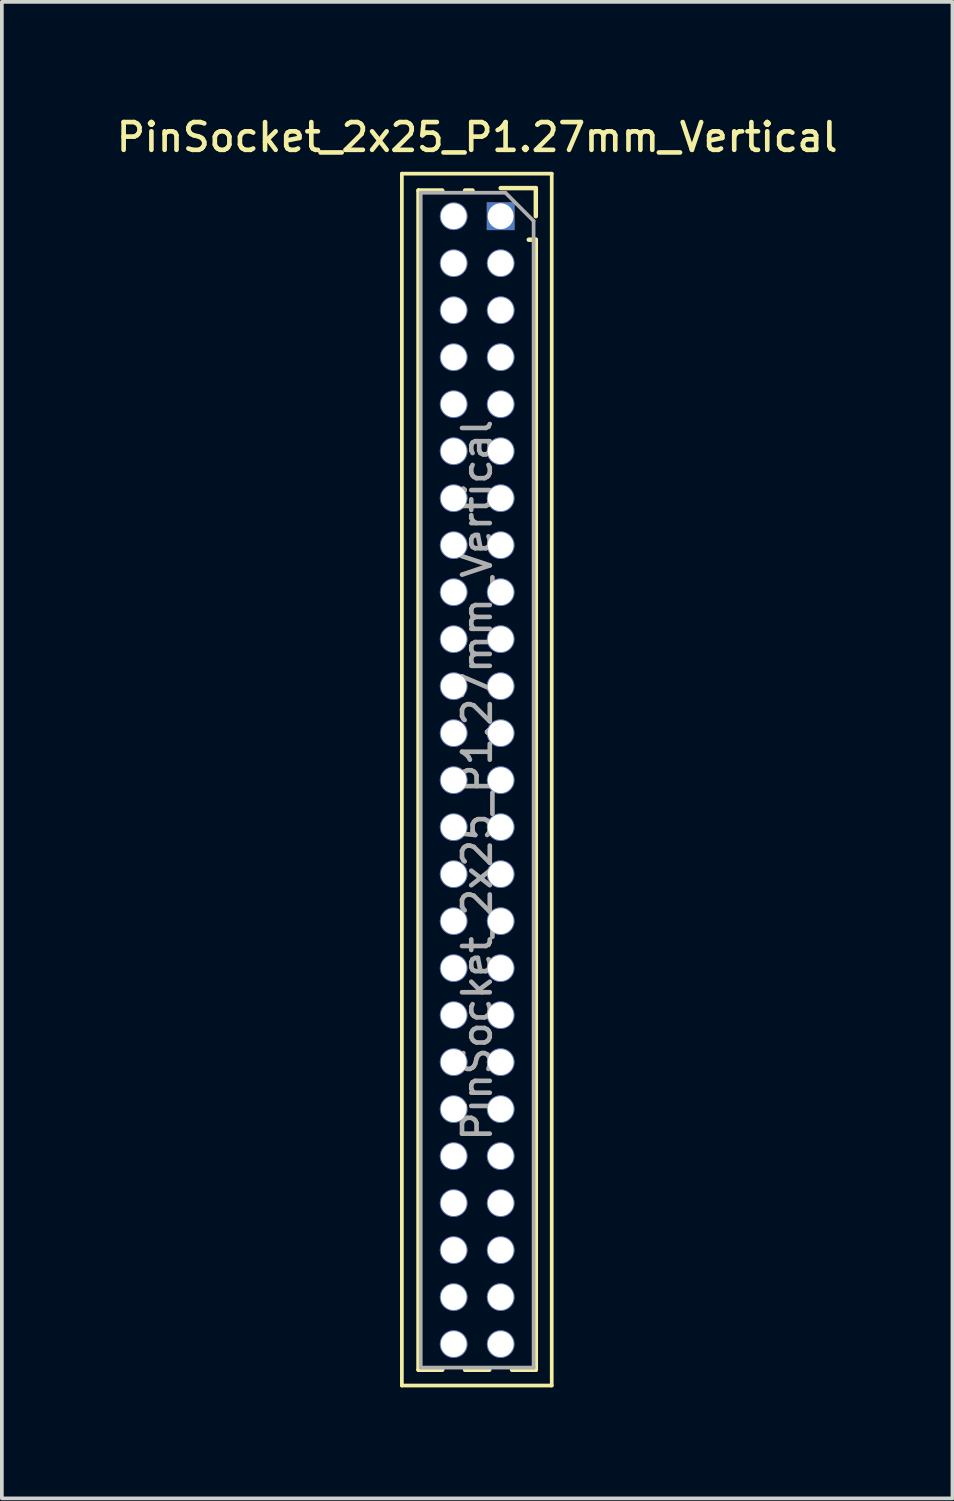
<source format=kicad_pcb>
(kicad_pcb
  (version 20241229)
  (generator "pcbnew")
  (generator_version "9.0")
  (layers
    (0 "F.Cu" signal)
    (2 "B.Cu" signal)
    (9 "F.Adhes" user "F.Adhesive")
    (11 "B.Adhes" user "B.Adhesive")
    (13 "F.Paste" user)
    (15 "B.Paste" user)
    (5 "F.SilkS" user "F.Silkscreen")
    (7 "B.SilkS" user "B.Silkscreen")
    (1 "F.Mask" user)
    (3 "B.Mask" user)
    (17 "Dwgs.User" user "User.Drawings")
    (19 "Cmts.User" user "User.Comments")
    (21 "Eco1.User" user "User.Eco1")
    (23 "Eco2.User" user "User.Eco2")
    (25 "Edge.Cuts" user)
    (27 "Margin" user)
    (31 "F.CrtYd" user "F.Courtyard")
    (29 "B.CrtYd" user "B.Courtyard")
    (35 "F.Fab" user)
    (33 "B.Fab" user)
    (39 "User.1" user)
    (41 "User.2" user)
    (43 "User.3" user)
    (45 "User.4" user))
  (footprint "PinSocket_2x25_P1.27mm_Vertical"
    (layer "F.Cu")
    (at 10.48 2.793)
    (property "Reference" "PinSocket_2x25_P1.27mm_Vertical" (at -0.635 -2.135 0) (layer "F.SilkS") (effects (font (size 0.75 0.75) (thickness 0.125))))
    (attr through_hole)
    (fp_line (start -2.67 -1.15) (end 1.38 -1.15) (stroke (width 0.1) (type solid)) (layer "F.SilkS"))
    (fp_line (start -2.67 31.6) (end -2.67 -1.15) (stroke (width 0.1) (type solid)) (layer "F.SilkS"))
    (fp_line (start -2.22 -0.695) (end -2.22 31.175) (stroke (width 0.12) (type solid)) (layer "F.SilkS"))
    (fp_line (start -2.22 -0.695) (end -1.578 -0.695) (stroke (width 0.12) (type solid)) (layer "F.SilkS"))
    (fp_line (start -2.22 31.175) (end -1.578 31.175) (stroke (width 0.12) (type solid)) (layer "F.SilkS"))
    (fp_line (start -0.962 -0.695) (end -0.76 -0.695) (stroke (width 0.12) (type solid)) (layer "F.SilkS"))
    (fp_line (start -0.962 31.175) (end -0.308 31.175) (stroke (width 0.12) (type solid)) (layer "F.SilkS"))
    (fp_line (start 0 -0.76) (end 0.95 -0.76) (stroke (width 0.12) (type solid)) (layer "F.SilkS"))
    (fp_line (start 0.308 31.175) (end 0.95 31.175) (stroke (width 0.12) (type solid)) (layer "F.SilkS"))
    (fp_line (start 0.76 0.635) (end 0.95 0.635) (stroke (width 0.12) (type solid)) (layer "F.SilkS"))
    (fp_line (start 0.95 -0.76) (end 0.95 0) (stroke (width 0.12) (type solid)) (layer "F.SilkS"))
    (fp_line (start 0.95 0.635) (end 0.95 31.175) (stroke (width 0.12) (type solid)) (layer "F.SilkS"))
    (fp_line (start 1.38 -1.15) (end 1.38 31.6) (stroke (width 0.1) (type solid)) (layer "F.SilkS"))
    (fp_line (start 1.38 31.6) (end -2.67 31.6) (stroke (width 0.1) (type solid)) (layer "F.SilkS"))
    (fp_line (start -2.16 -0.635) (end 0.128 -0.635) (stroke (width 0.1) (type solid)) (layer "F.Fab"))
    (fp_line (start -2.16 31.115) (end -2.16 -0.635) (stroke (width 0.1) (type solid)) (layer "F.Fab"))
    (fp_line (start 0.128 -0.635) (end 0.89 0.128) (stroke (width 0.1) (type solid)) (layer "F.Fab"))
    (fp_line (start 0.89 0.128) (end 0.89 31.115) (stroke (width 0.1) (type solid)) (layer "F.Fab"))
    (fp_line (start 0.89 31.115) (end -2.16 31.115) (stroke (width 0.1) (type solid)) (layer "F.Fab"))
    (fp_text user "${REFERENCE}" (at -0.635 15.24 90) (layer "F.Fab") (effects (font (size 0.75 0.75) (thickness 0.125))))
    (pad "1" thru_hole rect (at 0 0) (size 0.75 0.75) (drill 0.7) (layers "*.Cu" "*.Mask"))
    (pad "2" thru_hole oval (at -1.27 0) (size 0.75 0.75) (drill 0.7) (layers "*.Cu" "*.Mask"))
    (pad "3" thru_hole oval (at 0 1.27) (size 0.75 0.75) (drill 0.7) (layers "*.Cu" "*.Mask"))
    (pad "4" thru_hole oval (at -1.27 1.27) (size 0.75 0.75) (drill 0.7) (layers "*.Cu" "*.Mask"))
    (pad "5" thru_hole oval (at 0 2.54) (size 0.75 0.75) (drill 0.7) (layers "*.Cu" "*.Mask"))
    (pad "6" thru_hole oval (at -1.27 2.54) (size 0.75 0.75) (drill 0.7) (layers "*.Cu" "*.Mask"))
    (pad "7" thru_hole oval (at 0 3.81) (size 0.75 0.75) (drill 0.7) (layers "*.Cu" "*.Mask"))
    (pad "8" thru_hole oval (at -1.27 3.81) (size 0.75 0.75) (drill 0.7) (layers "*.Cu" "*.Mask"))
    (pad "9" thru_hole oval (at 0 5.08) (size 0.75 0.75) (drill 0.7) (layers "*.Cu" "*.Mask"))
    (pad "10" thru_hole oval (at -1.27 5.08) (size 0.75 0.75) (drill 0.7) (layers "*.Cu" "*.Mask"))
    (pad "11" thru_hole oval (at 0 6.35) (size 0.75 0.75) (drill 0.7) (layers "*.Cu" "*.Mask"))
    (pad "12" thru_hole oval (at -1.27 6.35) (size 0.75 0.75) (drill 0.7) (layers "*.Cu" "*.Mask"))
    (pad "13" thru_hole oval (at 0 7.62) (size 0.75 0.75) (drill 0.7) (layers "*.Cu" "*.Mask"))
    (pad "14" thru_hole oval (at -1.27 7.62) (size 0.75 0.75) (drill 0.7) (layers "*.Cu" "*.Mask"))
    (pad "15" thru_hole oval (at 0 8.89) (size 0.75 0.75) (drill 0.7) (layers "*.Cu" "*.Mask"))
    (pad "16" thru_hole oval (at -1.27 8.89) (size 0.75 0.75) (drill 0.7) (layers "*.Cu" "*.Mask"))
    (pad "17" thru_hole oval (at 0 10.16) (size 0.75 0.75) (drill 0.7) (layers "*.Cu" "*.Mask"))
    (pad "18" thru_hole oval (at -1.27 10.16) (size 0.75 0.75) (drill 0.7) (layers "*.Cu" "*.Mask"))
    (pad "19" thru_hole oval (at 0 11.43) (size 0.75 0.75) (drill 0.7) (layers "*.Cu" "*.Mask"))
    (pad "20" thru_hole oval (at -1.27 11.43) (size 0.75 0.75) (drill 0.7) (layers "*.Cu" "*.Mask"))
    (pad "21" thru_hole oval (at 0 12.7) (size 0.75 0.75) (drill 0.7) (layers "*.Cu" "*.Mask"))
    (pad "22" thru_hole oval (at -1.27 12.7) (size 0.75 0.75) (drill 0.7) (layers "*.Cu" "*.Mask"))
    (pad "23" thru_hole oval (at 0 13.97) (size 0.75 0.75) (drill 0.7) (layers "*.Cu" "*.Mask"))
    (pad "24" thru_hole oval (at -1.27 13.97) (size 0.75 0.75) (drill 0.7) (layers "*.Cu" "*.Mask"))
    (pad "25" thru_hole oval (at 0 15.24) (size 0.75 0.75) (drill 0.7) (layers "*.Cu" "*.Mask"))
    (pad "26" thru_hole oval (at -1.27 15.24) (size 0.75 0.75) (drill 0.7) (layers "*.Cu" "*.Mask"))
    (pad "27" thru_hole oval (at 0 16.51) (size 0.75 0.75) (drill 0.7) (layers "*.Cu" "*.Mask"))
    (pad "28" thru_hole oval (at -1.27 16.51) (size 0.75 0.75) (drill 0.7) (layers "*.Cu" "*.Mask"))
    (pad "29" thru_hole oval (at 0 17.78) (size 0.75 0.75) (drill 0.7) (layers "*.Cu" "*.Mask"))
    (pad "30" thru_hole oval (at -1.27 17.78) (size 0.75 0.75) (drill 0.7) (layers "*.Cu" "*.Mask"))
    (pad "31" thru_hole oval (at 0 19.05) (size 0.75 0.75) (drill 0.7) (layers "*.Cu" "*.Mask"))
    (pad "32" thru_hole oval (at -1.27 19.05) (size 0.75 0.75) (drill 0.7) (layers "*.Cu" "*.Mask"))
    (pad "33" thru_hole oval (at 0 20.32) (size 0.75 0.75) (drill 0.7) (layers "*.Cu" "*.Mask"))
    (pad "34" thru_hole oval (at -1.27 20.32) (size 0.75 0.75) (drill 0.7) (layers "*.Cu" "*.Mask"))
    (pad "35" thru_hole oval (at 0 21.59) (size 0.75 0.75) (drill 0.7) (layers "*.Cu" "*.Mask"))
    (pad "36" thru_hole oval (at -1.27 21.59) (size 0.75 0.75) (drill 0.7) (layers "*.Cu" "*.Mask"))
    (pad "37" thru_hole oval (at 0 22.86) (size 0.75 0.75) (drill 0.7) (layers "*.Cu" "*.Mask"))
    (pad "38" thru_hole oval (at -1.27 22.86) (size 0.75 0.75) (drill 0.7) (layers "*.Cu" "*.Mask"))
    (pad "39" thru_hole oval (at 0 24.13) (size 0.75 0.75) (drill 0.7) (layers "*.Cu" "*.Mask"))
    (pad "40" thru_hole oval (at -1.27 24.13) (size 0.75 0.75) (drill 0.7) (layers "*.Cu" "*.Mask"))
    (pad "41" thru_hole oval (at 0 25.4) (size 0.75 0.75) (drill 0.7) (layers "*.Cu" "*.Mask"))
    (pad "42" thru_hole oval (at -1.27 25.4) (size 0.75 0.75) (drill 0.7) (layers "*.Cu" "*.Mask"))
    (pad "43" thru_hole oval (at 0 26.67) (size 0.75 0.75) (drill 0.7) (layers "*.Cu" "*.Mask"))
    (pad "44" thru_hole oval (at -1.27 26.67) (size 0.75 0.75) (drill 0.7) (layers "*.Cu" "*.Mask"))
    (pad "45" thru_hole oval (at 0 27.94) (size 0.75 0.75) (drill 0.7) (layers "*.Cu" "*.Mask"))
    (pad "46" thru_hole oval (at -1.27 27.94) (size 0.75 0.75) (drill 0.7) (layers "*.Cu" "*.Mask"))
    (pad "47" thru_hole oval (at 0 29.21) (size 0.75 0.75) (drill 0.7) (layers "*.Cu" "*.Mask"))
    (pad "48" thru_hole oval (at -1.27 29.21) (size 0.75 0.75) (drill 0.7) (layers "*.Cu" "*.Mask"))
    (pad "49" thru_hole oval (at 0 30.48) (size 0.75 0.75) (drill 0.7) (layers "*.Cu" "*.Mask"))
    (pad "50" thru_hole oval (at -1.27 30.48) (size 0.75 0.75) (drill 0.7) (layers "*.Cu" "*.Mask")))
  (gr_rect
    (start -3 -3)
    (end 22.689 37.443)
    (stroke (width 0.1) (type default))
    (fill no)
    (layer "Edge.Cuts")))
</source>
